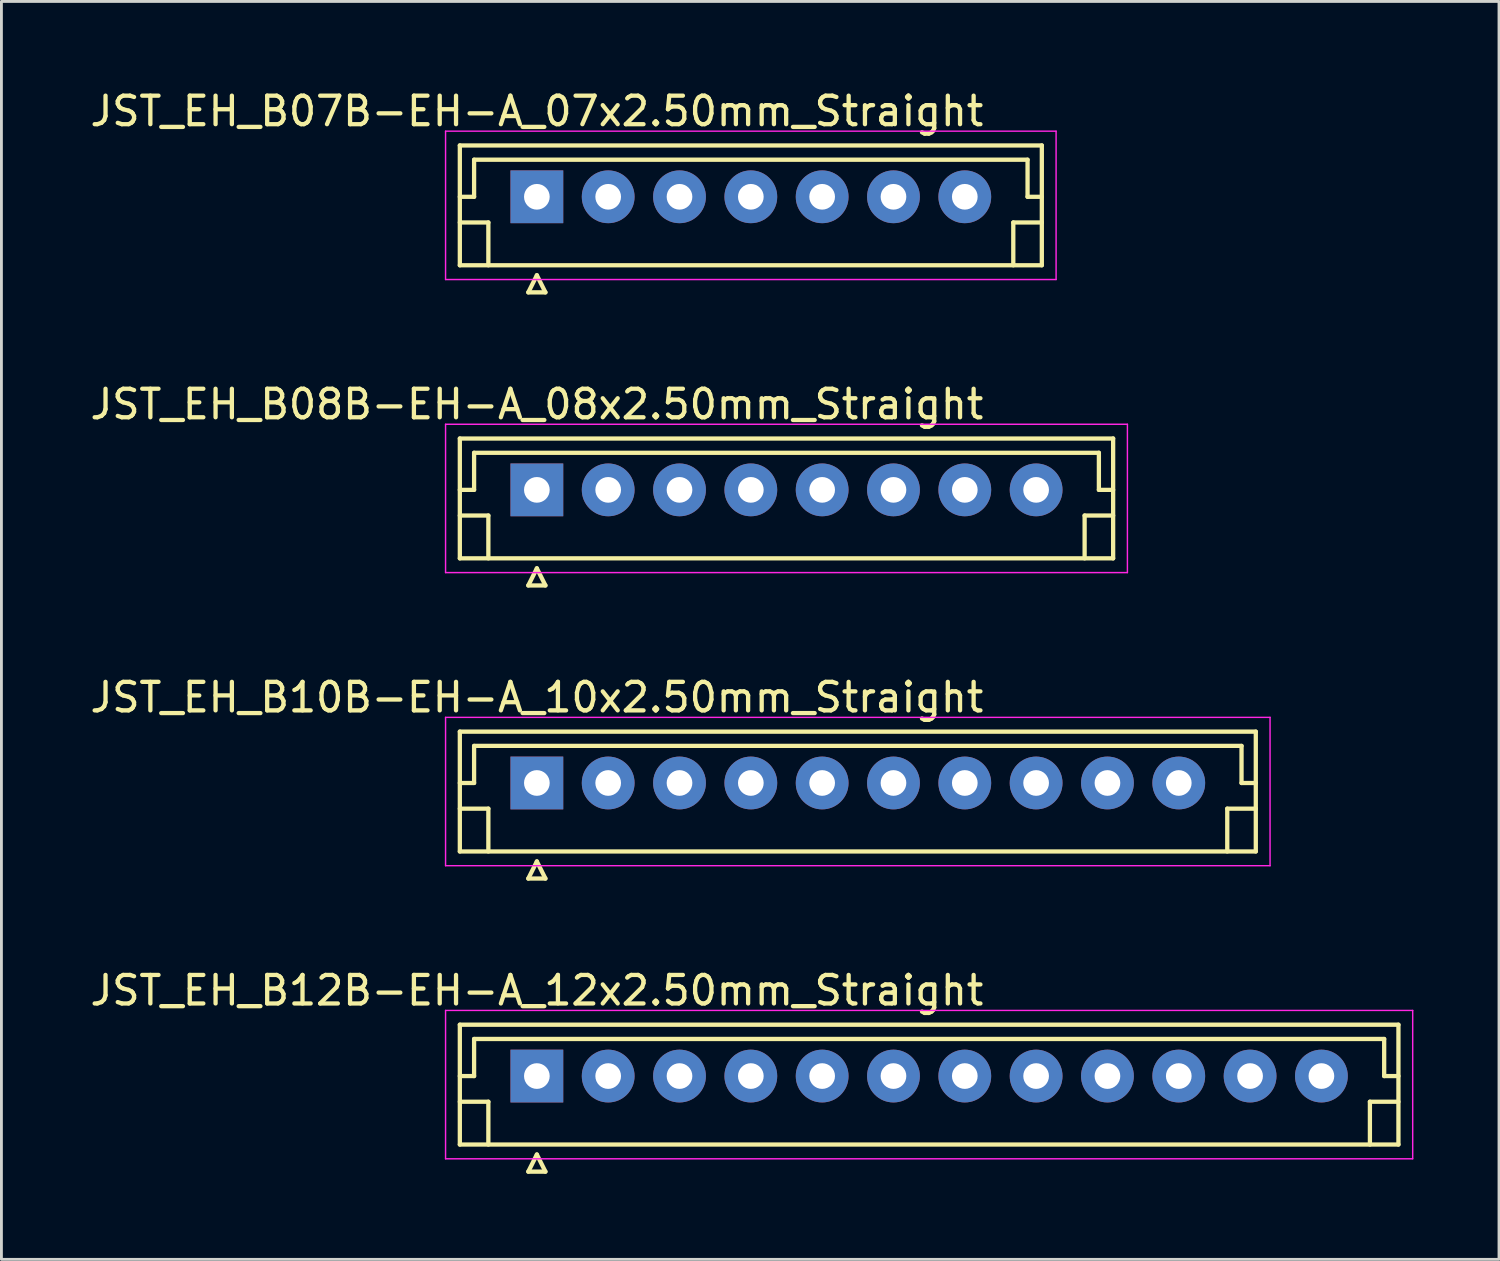
<source format=kicad_pcb>
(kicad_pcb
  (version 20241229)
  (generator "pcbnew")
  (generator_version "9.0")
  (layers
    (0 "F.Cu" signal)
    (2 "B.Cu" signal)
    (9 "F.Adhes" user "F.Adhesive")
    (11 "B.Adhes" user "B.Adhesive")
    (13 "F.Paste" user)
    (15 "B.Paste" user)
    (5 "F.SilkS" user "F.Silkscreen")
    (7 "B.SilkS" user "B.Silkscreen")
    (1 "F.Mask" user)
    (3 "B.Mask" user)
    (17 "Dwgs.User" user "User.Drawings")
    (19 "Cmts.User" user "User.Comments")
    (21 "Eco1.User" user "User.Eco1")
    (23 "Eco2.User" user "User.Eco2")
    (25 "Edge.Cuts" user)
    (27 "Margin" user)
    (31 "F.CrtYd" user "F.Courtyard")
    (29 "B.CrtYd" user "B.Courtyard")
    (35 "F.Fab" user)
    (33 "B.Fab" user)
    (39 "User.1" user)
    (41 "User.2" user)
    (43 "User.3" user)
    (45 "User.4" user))
  (footprint "JST_EH_B12B-EH-A_12x2.50mm_Straight"
    (layer "F.Cu")
    (at 15.768 34.668)
    (property "Reference" "JST_EH_B12B-EH-A_12x2.50mm_Straight" (at 0 -3 0) (layer "F.SilkS") (effects (font (size 1 1) (thickness 0.15))))
    (attr through_hole)
    (fp_line (start -2.7 -1.8) (end -2.7 2.4) (stroke (width 0.15) (type solid)) (layer "F.SilkS"))
    (fp_line (start -2.7 0) (end -2.2 0) (stroke (width 0.15) (type solid)) (layer "F.SilkS"))
    (fp_line (start -2.7 0.9) (end -1.7 0.9) (stroke (width 0.15) (type solid)) (layer "F.SilkS"))
    (fp_line (start -2.7 2.4) (end 30.2 2.4) (stroke (width 0.15) (type solid)) (layer "F.SilkS"))
    (fp_line (start -2.2 -1.3) (end 29.7 -1.3) (stroke (width 0.15) (type solid)) (layer "F.SilkS"))
    (fp_line (start -2.2 0) (end -2.2 -1.3) (stroke (width 0.15) (type solid)) (layer "F.SilkS"))
    (fp_line (start -1.7 0.9) (end -1.7 2.4) (stroke (width 0.15) (type solid)) (layer "F.SilkS"))
    (fp_line (start -0.3 3.35) (end 0.3 3.35) (stroke (width 0.15) (type solid)) (layer "F.SilkS"))
    (fp_line (start 0 2.75) (end -0.3 3.35) (stroke (width 0.15) (type solid)) (layer "F.SilkS"))
    (fp_line (start 0.3 3.35) (end 0 2.75) (stroke (width 0.15) (type solid)) (layer "F.SilkS"))
    (fp_line (start 29.2 0.9) (end 29.2 2.4) (stroke (width 0.15) (type solid)) (layer "F.SilkS"))
    (fp_line (start 29.7 -1.3) (end 29.7 0) (stroke (width 0.15) (type solid)) (layer "F.SilkS"))
    (fp_line (start 29.7 0) (end 30.2 0) (stroke (width 0.15) (type solid)) (layer "F.SilkS"))
    (fp_line (start 30.2 -1.8) (end -2.7 -1.8) (stroke (width 0.15) (type solid)) (layer "F.SilkS"))
    (fp_line (start 30.2 0.9) (end 29.2 0.9) (stroke (width 0.15) (type solid)) (layer "F.SilkS"))
    (fp_line (start 30.2 2.4) (end 30.2 -1.8) (stroke (width 0.15) (type solid)) (layer "F.SilkS"))
    (fp_line (start -3.2 -2.3) (end -3.2 2.9) (stroke (width 0.05) (type solid)) (layer "F.CrtYd"))
    (fp_line (start -3.2 2.9) (end 30.7 2.9) (stroke (width 0.05) (type solid)) (layer "F.CrtYd"))
    (fp_line (start 30.7 -2.3) (end -3.2 -2.3) (stroke (width 0.05) (type solid)) (layer "F.CrtYd"))
    (fp_line (start 30.7 2.9) (end 30.7 -2.3) (stroke (width 0.05) (type solid)) (layer "F.CrtYd"))
    (pad "1" thru_hole rect (at 0 0) (size 1.85 1.85) (drill 0.9) (layers "*.Cu" "*.Mask"))
    (pad "2" thru_hole circle (at 2.5 0) (size 1.85 1.85) (drill 0.9) (layers "*.Cu" "*.Mask"))
    (pad "3" thru_hole circle (at 5 0) (size 1.85 1.85) (drill 0.9) (layers "*.Cu" "*.Mask"))
    (pad "4" thru_hole circle (at 7.5 0) (size 1.85 1.85) (drill 0.9) (layers "*.Cu" "*.Mask"))
    (pad "5" thru_hole circle (at 10 0) (size 1.85 1.85) (drill 0.9) (layers "*.Cu" "*.Mask"))
    (pad "6" thru_hole circle (at 12.5 0) (size 1.85 1.85) (drill 0.9) (layers "*.Cu" "*.Mask"))
    (pad "7" thru_hole circle (at 15 0) (size 1.85 1.85) (drill 0.9) (layers "*.Cu" "*.Mask"))
    (pad "8" thru_hole circle (at 17.5 0) (size 1.85 1.85) (drill 0.9) (layers "*.Cu" "*.Mask"))
    (pad "9" thru_hole circle (at 20 0) (size 1.85 1.85) (drill 0.9) (layers "*.Cu" "*.Mask"))
    (pad "10" thru_hole circle (at 22.5 0) (size 1.85 1.85) (drill 0.9) (layers "*.Cu" "*.Mask"))
    (pad "11" thru_hole circle (at 25 0) (size 1.85 1.85) (drill 0.9) (layers "*.Cu" "*.Mask"))
    (pad "12" thru_hole circle (at 27.5 0) (size 1.85 1.85) (drill 0.9) (layers "*.Cu" "*.Mask")))
  (footprint "JST_EH_B07B-EH-A_07x2.50mm_Straight"
    (layer "F.Cu")
    (at 15.768 3.848)
    (property "Reference" "JST_EH_B07B-EH-A_07x2.50mm_Straight" (at 0 -3 0) (layer "F.SilkS") (effects (font (size 1 1) (thickness 0.15))))
    (attr through_hole)
    (fp_line (start -2.7 -1.8) (end -2.7 2.4) (stroke (width 0.15) (type solid)) (layer "F.SilkS"))
    (fp_line (start -2.7 0) (end -2.2 0) (stroke (width 0.15) (type solid)) (layer "F.SilkS"))
    (fp_line (start -2.7 0.9) (end -1.7 0.9) (stroke (width 0.15) (type solid)) (layer "F.SilkS"))
    (fp_line (start -2.7 2.4) (end 17.7 2.4) (stroke (width 0.15) (type solid)) (layer "F.SilkS"))
    (fp_line (start -2.2 -1.3) (end 17.2 -1.3) (stroke (width 0.15) (type solid)) (layer "F.SilkS"))
    (fp_line (start -2.2 0) (end -2.2 -1.3) (stroke (width 0.15) (type solid)) (layer "F.SilkS"))
    (fp_line (start -1.7 0.9) (end -1.7 2.4) (stroke (width 0.15) (type solid)) (layer "F.SilkS"))
    (fp_line (start -0.3 3.35) (end 0.3 3.35) (stroke (width 0.15) (type solid)) (layer "F.SilkS"))
    (fp_line (start 0 2.75) (end -0.3 3.35) (stroke (width 0.15) (type solid)) (layer "F.SilkS"))
    (fp_line (start 0.3 3.35) (end 0 2.75) (stroke (width 0.15) (type solid)) (layer "F.SilkS"))
    (fp_line (start 16.7 0.9) (end 16.7 2.4) (stroke (width 0.15) (type solid)) (layer "F.SilkS"))
    (fp_line (start 17.2 -1.3) (end 17.2 0) (stroke (width 0.15) (type solid)) (layer "F.SilkS"))
    (fp_line (start 17.2 0) (end 17.7 0) (stroke (width 0.15) (type solid)) (layer "F.SilkS"))
    (fp_line (start 17.7 -1.8) (end -2.7 -1.8) (stroke (width 0.15) (type solid)) (layer "F.SilkS"))
    (fp_line (start 17.7 0.9) (end 16.7 0.9) (stroke (width 0.15) (type solid)) (layer "F.SilkS"))
    (fp_line (start 17.7 2.4) (end 17.7 -1.8) (stroke (width 0.15) (type solid)) (layer "F.SilkS"))
    (fp_line (start -3.2 -2.3) (end -3.2 2.9) (stroke (width 0.05) (type solid)) (layer "F.CrtYd"))
    (fp_line (start -3.2 2.9) (end 18.2 2.9) (stroke (width 0.05) (type solid)) (layer "F.CrtYd"))
    (fp_line (start 18.2 -2.3) (end -3.2 -2.3) (stroke (width 0.05) (type solid)) (layer "F.CrtYd"))
    (fp_line (start 18.2 2.9) (end 18.2 -2.3) (stroke (width 0.05) (type solid)) (layer "F.CrtYd"))
    (pad "1" thru_hole rect (at 0 0) (size 1.85 1.85) (drill 0.9) (layers "*.Cu" "*.Mask"))
    (pad "2" thru_hole circle (at 2.5 0) (size 1.85 1.85) (drill 0.9) (layers "*.Cu" "*.Mask"))
    (pad "3" thru_hole circle (at 5 0) (size 1.85 1.85) (drill 0.9) (layers "*.Cu" "*.Mask"))
    (pad "4" thru_hole circle (at 7.5 0) (size 1.85 1.85) (drill 0.9) (layers "*.Cu" "*.Mask"))
    (pad "5" thru_hole circle (at 10 0) (size 1.85 1.85) (drill 0.9) (layers "*.Cu" "*.Mask"))
    (pad "6" thru_hole circle (at 12.5 0) (size 1.85 1.85) (drill 0.9) (layers "*.Cu" "*.Mask"))
    (pad "7" thru_hole circle (at 15 0) (size 1.85 1.85) (drill 0.9) (layers "*.Cu" "*.Mask")))
  (footprint "JST_EH_B08B-EH-A_08x2.50mm_Straight"
    (layer "F.Cu")
    (at 15.768 14.121)
    (property "Reference" "JST_EH_B08B-EH-A_08x2.50mm_Straight" (at 0 -3 0) (layer "F.SilkS") (effects (font (size 1 1) (thickness 0.15))))
    (attr through_hole)
    (fp_line (start -2.7 -1.8) (end -2.7 2.4) (stroke (width 0.15) (type solid)) (layer "F.SilkS"))
    (fp_line (start -2.7 0) (end -2.2 0) (stroke (width 0.15) (type solid)) (layer "F.SilkS"))
    (fp_line (start -2.7 0.9) (end -1.7 0.9) (stroke (width 0.15) (type solid)) (layer "F.SilkS"))
    (fp_line (start -2.7 2.4) (end 20.2 2.4) (stroke (width 0.15) (type solid)) (layer "F.SilkS"))
    (fp_line (start -2.2 -1.3) (end 19.7 -1.3) (stroke (width 0.15) (type solid)) (layer "F.SilkS"))
    (fp_line (start -2.2 0) (end -2.2 -1.3) (stroke (width 0.15) (type solid)) (layer "F.SilkS"))
    (fp_line (start -1.7 0.9) (end -1.7 2.4) (stroke (width 0.15) (type solid)) (layer "F.SilkS"))
    (fp_line (start -0.3 3.35) (end 0.3 3.35) (stroke (width 0.15) (type solid)) (layer "F.SilkS"))
    (fp_line (start 0 2.75) (end -0.3 3.35) (stroke (width 0.15) (type solid)) (layer "F.SilkS"))
    (fp_line (start 0.3 3.35) (end 0 2.75) (stroke (width 0.15) (type solid)) (layer "F.SilkS"))
    (fp_line (start 19.2 0.9) (end 19.2 2.4) (stroke (width 0.15) (type solid)) (layer "F.SilkS"))
    (fp_line (start 19.7 -1.3) (end 19.7 0) (stroke (width 0.15) (type solid)) (layer "F.SilkS"))
    (fp_line (start 19.7 0) (end 20.2 0) (stroke (width 0.15) (type solid)) (layer "F.SilkS"))
    (fp_line (start 20.2 -1.8) (end -2.7 -1.8) (stroke (width 0.15) (type solid)) (layer "F.SilkS"))
    (fp_line (start 20.2 0.9) (end 19.2 0.9) (stroke (width 0.15) (type solid)) (layer "F.SilkS"))
    (fp_line (start 20.2 2.4) (end 20.2 -1.8) (stroke (width 0.15) (type solid)) (layer "F.SilkS"))
    (fp_line (start -3.2 -2.3) (end -3.2 2.9) (stroke (width 0.05) (type solid)) (layer "F.CrtYd"))
    (fp_line (start -3.2 2.9) (end 20.7 2.9) (stroke (width 0.05) (type solid)) (layer "F.CrtYd"))
    (fp_line (start 20.7 -2.3) (end -3.2 -2.3) (stroke (width 0.05) (type solid)) (layer "F.CrtYd"))
    (fp_line (start 20.7 2.9) (end 20.7 -2.3) (stroke (width 0.05) (type solid)) (layer "F.CrtYd"))
    (pad "1" thru_hole rect (at 0 0) (size 1.85 1.85) (drill 0.9) (layers "*.Cu" "*.Mask"))
    (pad "2" thru_hole circle (at 2.5 0) (size 1.85 1.85) (drill 0.9) (layers "*.Cu" "*.Mask"))
    (pad "3" thru_hole circle (at 5 0) (size 1.85 1.85) (drill 0.9) (layers "*.Cu" "*.Mask"))
    (pad "4" thru_hole circle (at 7.5 0) (size 1.85 1.85) (drill 0.9) (layers "*.Cu" "*.Mask"))
    (pad "5" thru_hole circle (at 10 0) (size 1.85 1.85) (drill 0.9) (layers "*.Cu" "*.Mask"))
    (pad "6" thru_hole circle (at 12.5 0) (size 1.85 1.85) (drill 0.9) (layers "*.Cu" "*.Mask"))
    (pad "7" thru_hole circle (at 15 0) (size 1.85 1.85) (drill 0.9) (layers "*.Cu" "*.Mask"))
    (pad "8" thru_hole circle (at 17.5 0) (size 1.85 1.85) (drill 0.9) (layers "*.Cu" "*.Mask")))
  (footprint "JST_EH_B10B-EH-A_10x2.50mm_Straight"
    (layer "F.Cu")
    (at 15.768 24.395)
    (property "Reference" "JST_EH_B10B-EH-A_10x2.50mm_Straight" (at 0 -3 0) (layer "F.SilkS") (effects (font (size 1 1) (thickness 0.15))))
    (attr through_hole)
    (fp_line (start -2.7 -1.8) (end -2.7 2.4) (stroke (width 0.15) (type solid)) (layer "F.SilkS"))
    (fp_line (start -2.7 0) (end -2.2 0) (stroke (width 0.15) (type solid)) (layer "F.SilkS"))
    (fp_line (start -2.7 0.9) (end -1.7 0.9) (stroke (width 0.15) (type solid)) (layer "F.SilkS"))
    (fp_line (start -2.7 2.4) (end 25.2 2.4) (stroke (width 0.15) (type solid)) (layer "F.SilkS"))
    (fp_line (start -2.2 -1.3) (end 24.7 -1.3) (stroke (width 0.15) (type solid)) (layer "F.SilkS"))
    (fp_line (start -2.2 0) (end -2.2 -1.3) (stroke (width 0.15) (type solid)) (layer "F.SilkS"))
    (fp_line (start -1.7 0.9) (end -1.7 2.4) (stroke (width 0.15) (type solid)) (layer "F.SilkS"))
    (fp_line (start -0.3 3.35) (end 0.3 3.35) (stroke (width 0.15) (type solid)) (layer "F.SilkS"))
    (fp_line (start 0 2.75) (end -0.3 3.35) (stroke (width 0.15) (type solid)) (layer "F.SilkS"))
    (fp_line (start 0.3 3.35) (end 0 2.75) (stroke (width 0.15) (type solid)) (layer "F.SilkS"))
    (fp_line (start 24.2 0.9) (end 24.2 2.4) (stroke (width 0.15) (type solid)) (layer "F.SilkS"))
    (fp_line (start 24.7 -1.3) (end 24.7 0) (stroke (width 0.15) (type solid)) (layer "F.SilkS"))
    (fp_line (start 24.7 0) (end 25.2 0) (stroke (width 0.15) (type solid)) (layer "F.SilkS"))
    (fp_line (start 25.2 -1.8) (end -2.7 -1.8) (stroke (width 0.15) (type solid)) (layer "F.SilkS"))
    (fp_line (start 25.2 0.9) (end 24.2 0.9) (stroke (width 0.15) (type solid)) (layer "F.SilkS"))
    (fp_line (start 25.2 2.4) (end 25.2 -1.8) (stroke (width 0.15) (type solid)) (layer "F.SilkS"))
    (fp_line (start -3.2 -2.3) (end -3.2 2.9) (stroke (width 0.05) (type solid)) (layer "F.CrtYd"))
    (fp_line (start -3.2 2.9) (end 25.7 2.9) (stroke (width 0.05) (type solid)) (layer "F.CrtYd"))
    (fp_line (start 25.7 -2.3) (end -3.2 -2.3) (stroke (width 0.05) (type solid)) (layer "F.CrtYd"))
    (fp_line (start 25.7 2.9) (end 25.7 -2.3) (stroke (width 0.05) (type solid)) (layer "F.CrtYd"))
    (pad "1" thru_hole rect (at 0 0) (size 1.85 1.85) (drill 0.9) (layers "*.Cu" "*.Mask"))
    (pad "2" thru_hole circle (at 2.5 0) (size 1.85 1.85) (drill 0.9) (layers "*.Cu" "*.Mask"))
    (pad "3" thru_hole circle (at 5 0) (size 1.85 1.85) (drill 0.9) (layers "*.Cu" "*.Mask"))
    (pad "4" thru_hole circle (at 7.5 0) (size 1.85 1.85) (drill 0.9) (layers "*.Cu" "*.Mask"))
    (pad "5" thru_hole circle (at 10 0) (size 1.85 1.85) (drill 0.9) (layers "*.Cu" "*.Mask"))
    (pad "6" thru_hole circle (at 12.5 0) (size 1.85 1.85) (drill 0.9) (layers "*.Cu" "*.Mask"))
    (pad "7" thru_hole circle (at 15 0) (size 1.85 1.85) (drill 0.9) (layers "*.Cu" "*.Mask"))
    (pad "8" thru_hole circle (at 17.5 0) (size 1.85 1.85) (drill 0.9) (layers "*.Cu" "*.Mask"))
    (pad "9" thru_hole circle (at 20 0) (size 1.85 1.85) (drill 0.9) (layers "*.Cu" "*.Mask"))
    (pad "10" thru_hole circle (at 22.5 0) (size 1.85 1.85) (drill 0.9) (layers "*.Cu" "*.Mask")))
  (gr_rect
    (start -3 -3)
    (end 49.493 41.093)
    (stroke (width 0.1) (type default))
    (fill no)
    (layer "Edge.Cuts")))
</source>
